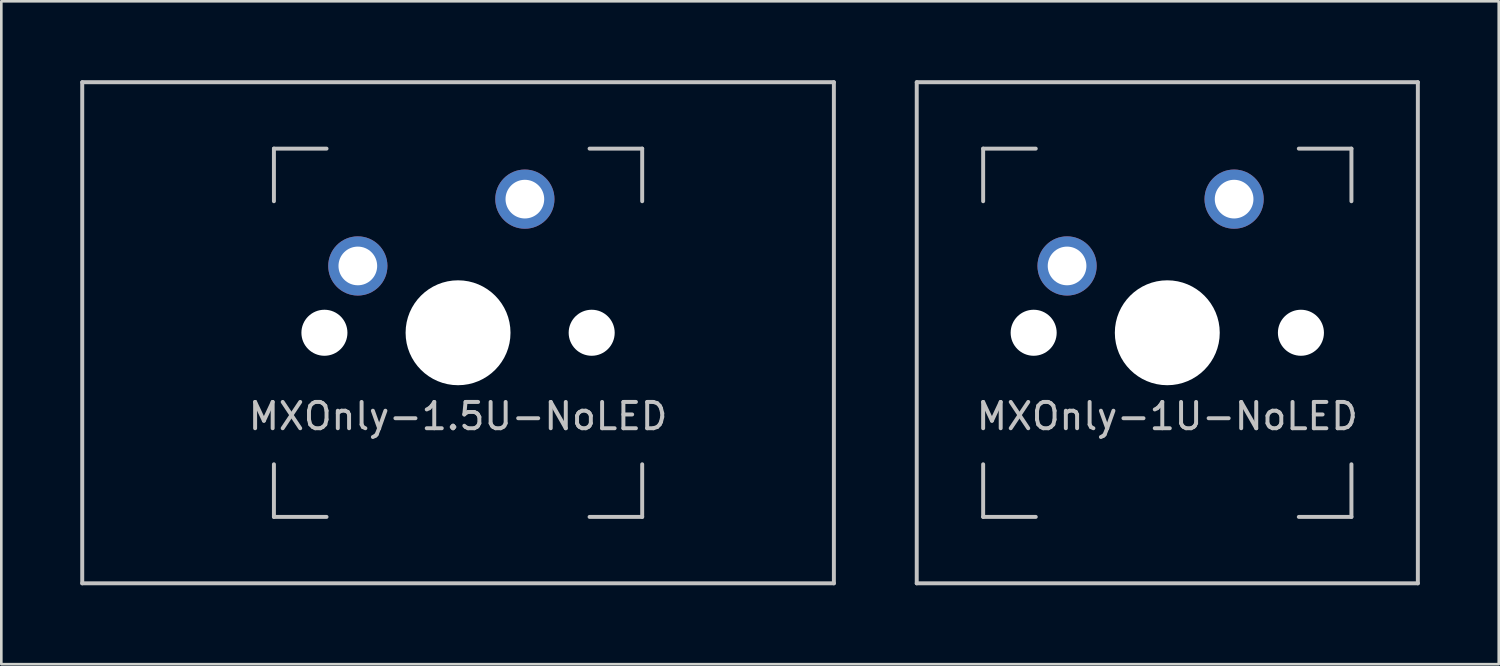
<source format=kicad_pcb>
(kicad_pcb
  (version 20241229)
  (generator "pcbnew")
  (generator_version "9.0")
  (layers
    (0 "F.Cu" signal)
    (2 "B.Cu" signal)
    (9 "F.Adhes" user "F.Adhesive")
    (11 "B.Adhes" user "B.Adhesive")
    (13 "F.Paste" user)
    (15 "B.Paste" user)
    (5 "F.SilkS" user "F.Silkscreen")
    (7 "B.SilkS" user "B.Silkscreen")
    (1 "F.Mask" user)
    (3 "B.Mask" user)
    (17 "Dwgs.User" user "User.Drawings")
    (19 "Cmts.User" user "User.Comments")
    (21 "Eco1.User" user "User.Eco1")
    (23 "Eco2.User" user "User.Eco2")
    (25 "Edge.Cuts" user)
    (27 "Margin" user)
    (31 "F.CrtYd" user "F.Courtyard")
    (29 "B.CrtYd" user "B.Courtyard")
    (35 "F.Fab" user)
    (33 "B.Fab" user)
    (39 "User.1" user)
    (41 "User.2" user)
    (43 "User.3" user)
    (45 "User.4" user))
  (footprint "MXOnly-1U-NoLED"
    (layer "F.Cu")
    (at 41.325 9.6)
    (property "Reference" "MXOnly-1U-NoLED" (at 0 3.175 0) (layer "Dwgs.User") (effects (font (size 1 1) (thickness 0.15))))
    (attr through_hole)
    (fp_line (start -9.525 -9.525) (end 9.525 -9.525) (stroke (width 0.15) (type solid)) (layer "Dwgs.User"))
    (fp_line (start -9.525 9.525) (end -9.525 -9.525) (stroke (width 0.15) (type solid)) (layer "Dwgs.User"))
    (fp_line (start -7 -7) (end -7 -5) (stroke (width 0.15) (type solid)) (layer "Dwgs.User"))
    (fp_line (start -7 5) (end -7 7) (stroke (width 0.15) (type solid)) (layer "Dwgs.User"))
    (fp_line (start -7 7) (end -5 7) (stroke (width 0.15) (type solid)) (layer "Dwgs.User"))
    (fp_line (start -5 -7) (end -7 -7) (stroke (width 0.15) (type solid)) (layer "Dwgs.User"))
    (fp_line (start 5 -7) (end 7 -7) (stroke (width 0.15) (type solid)) (layer "Dwgs.User"))
    (fp_line (start 5 7) (end 7 7) (stroke (width 0.15) (type solid)) (layer "Dwgs.User"))
    (fp_line (start 7 -7) (end 7 -5) (stroke (width 0.15) (type solid)) (layer "Dwgs.User"))
    (fp_line (start 7 7) (end 7 5) (stroke (width 0.15) (type solid)) (layer "Dwgs.User"))
    (fp_line (start 9.525 -9.525) (end 9.525 9.525) (stroke (width 0.15) (type solid)) (layer "Dwgs.User"))
    (fp_line (start 9.525 9.525) (end -9.525 9.525) (stroke (width 0.15) (type solid)) (layer "Dwgs.User"))
    (pad "" np_thru_hole circle (at -5.08 0 48.1) (size 1.75 1.75) (drill 1.75) (layers "*.Cu" "*.Mask"))
    (pad "" np_thru_hole circle (at 0 0) (size 3.988 3.988) (drill 3.988) (layers "*.Cu" "*.Mask"))
    (pad "" np_thru_hole circle (at 5.08 0 48.1) (size 1.75 1.75) (drill 1.75) (layers "*.Cu" "*.Mask"))
    (pad "1" thru_hole circle (at -3.81 -2.54) (size 2.25 2.25) (drill 1.47) (layers "*.Cu" "B.Mask"))
    (pad "2" thru_hole circle (at 2.54 -5.08) (size 2.25 2.25) (drill 1.47) (layers "*.Cu" "B.Mask")))
  (footprint "MXOnly-1.5U-NoLED"
    (layer "F.Cu")
    (at 14.363 9.6)
    (property "Reference" "MXOnly-1.5U-NoLED" (at 0 3.175 0) (layer "Dwgs.User") (effects (font (size 1 1) (thickness 0.15))))
    (attr through_hole)
    (fp_line (start -14.287 -9.525) (end 14.287 -9.525) (stroke (width 0.15) (type solid)) (layer "Dwgs.User"))
    (fp_line (start -14.287 9.525) (end -14.287 -9.525) (stroke (width 0.15) (type solid)) (layer "Dwgs.User"))
    (fp_line (start -14.287 9.525) (end 14.287 9.525) (stroke (width 0.15) (type solid)) (layer "Dwgs.User"))
    (fp_line (start -7 -7) (end -7 -5) (stroke (width 0.15) (type solid)) (layer "Dwgs.User"))
    (fp_line (start -7 5) (end -7 7) (stroke (width 0.15) (type solid)) (layer "Dwgs.User"))
    (fp_line (start -7 7) (end -5 7) (stroke (width 0.15) (type solid)) (layer "Dwgs.User"))
    (fp_line (start -5 -7) (end -7 -7) (stroke (width 0.15) (type solid)) (layer "Dwgs.User"))
    (fp_line (start 5 -7) (end 7 -7) (stroke (width 0.15) (type solid)) (layer "Dwgs.User"))
    (fp_line (start 5 7) (end 7 7) (stroke (width 0.15) (type solid)) (layer "Dwgs.User"))
    (fp_line (start 7 -7) (end 7 -5) (stroke (width 0.15) (type solid)) (layer "Dwgs.User"))
    (fp_line (start 7 7) (end 7 5) (stroke (width 0.15) (type solid)) (layer "Dwgs.User"))
    (fp_line (start 14.287 -9.525) (end 14.287 9.525) (stroke (width 0.15) (type solid)) (layer "Dwgs.User"))
    (pad "" np_thru_hole circle (at -5.08 0 48.1) (size 1.75 1.75) (drill 1.75) (layers "*.Cu" "*.Mask"))
    (pad "" np_thru_hole circle (at 0 0) (size 3.988 3.988) (drill 3.988) (layers "*.Cu" "*.Mask"))
    (pad "" np_thru_hole circle (at 5.08 0 48.1) (size 1.75 1.75) (drill 1.75) (layers "*.Cu" "*.Mask"))
    (pad "1" thru_hole circle (at -3.81 -2.54) (size 2.25 2.25) (drill 1.47) (layers "*.Cu" "B.Mask"))
    (pad "2" thru_hole circle (at 2.54 -5.08) (size 2.25 2.25) (drill 1.47) (layers "*.Cu" "B.Mask")))
  (gr_rect
    (start -3 -3)
    (end 53.925 22.2)
    (stroke (width 0.1) (type default))
    (fill no)
    (layer "Edge.Cuts")))
</source>
